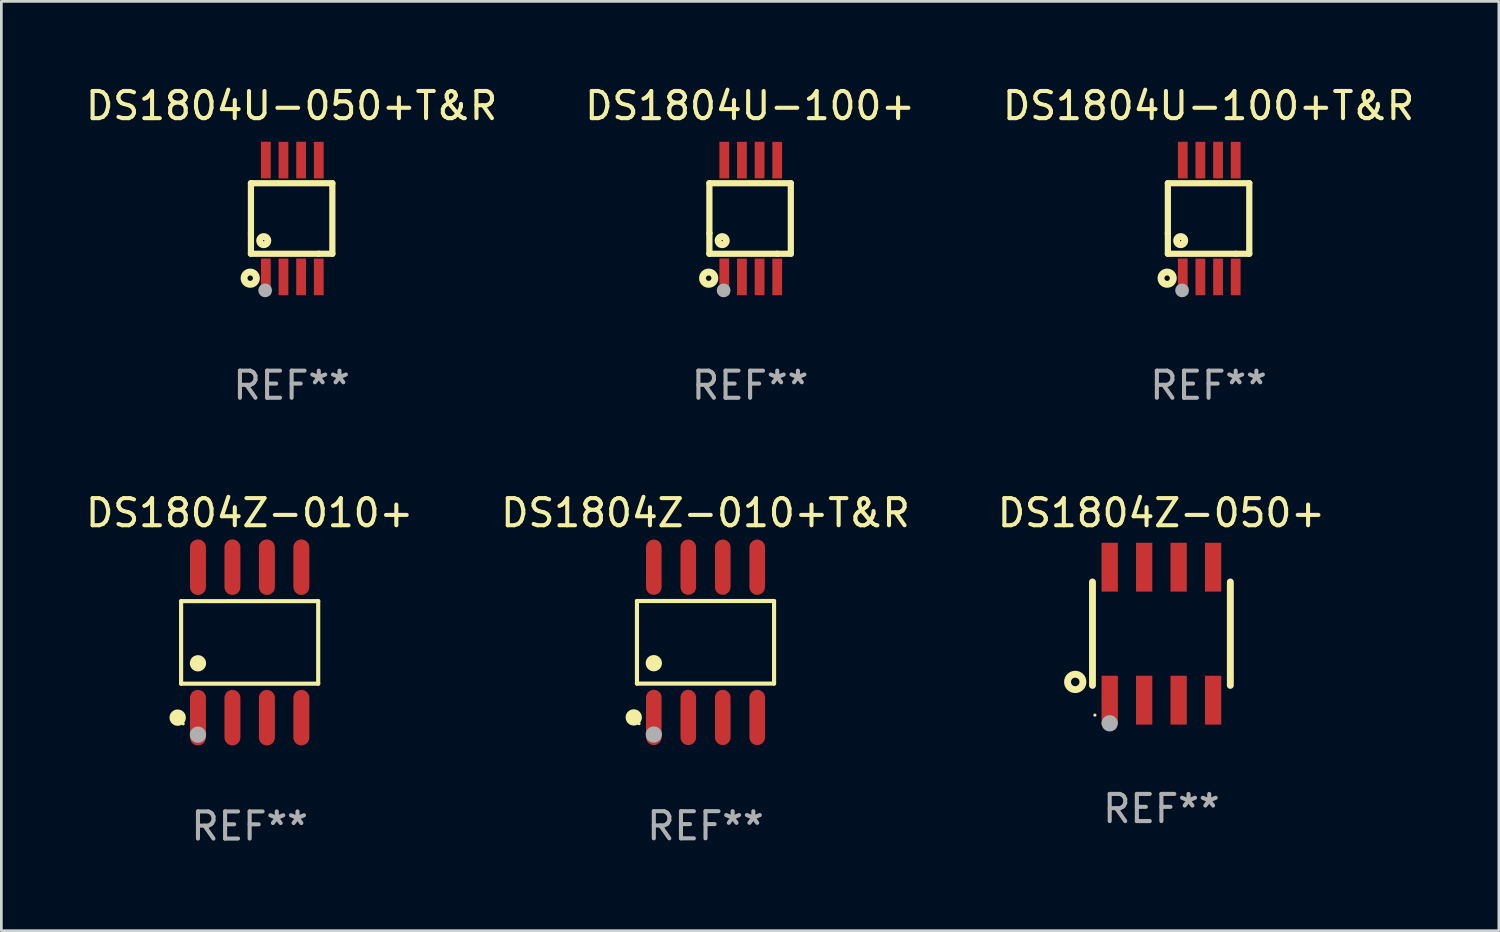
<source format=kicad_pcb>
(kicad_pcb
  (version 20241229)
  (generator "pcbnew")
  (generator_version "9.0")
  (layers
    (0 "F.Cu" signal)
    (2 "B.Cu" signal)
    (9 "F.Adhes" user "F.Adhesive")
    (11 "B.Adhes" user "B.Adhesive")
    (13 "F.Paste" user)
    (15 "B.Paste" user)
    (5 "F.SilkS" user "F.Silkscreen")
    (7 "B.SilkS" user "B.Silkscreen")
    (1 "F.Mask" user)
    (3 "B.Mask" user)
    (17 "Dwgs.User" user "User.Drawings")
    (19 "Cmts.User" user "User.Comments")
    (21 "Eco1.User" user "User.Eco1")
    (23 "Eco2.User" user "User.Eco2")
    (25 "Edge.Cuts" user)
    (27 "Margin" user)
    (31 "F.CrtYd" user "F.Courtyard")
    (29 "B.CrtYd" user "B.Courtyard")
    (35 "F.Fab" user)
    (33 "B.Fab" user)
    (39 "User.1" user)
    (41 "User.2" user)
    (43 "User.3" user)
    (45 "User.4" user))
  (footprint "DS1804Z-050+"
    (layer "F.Cu")
    (at 39.744 20.299)
    (property "Reference" "DS1804Z-050+" (at 0 -4.45 0) (layer "F.SilkS") (effects (font (size 1 1) (thickness 0.15))))
    (attr through_hole)
    (fp_line (start -2.54 -1.905) (end -2.54 1.905) (stroke (width 0.254) (type solid)) (layer "F.SilkS"))
    (fp_line (start 2.54 -1.905) (end 2.54 1.905) (stroke (width 0.254) (type solid)) (layer "F.SilkS"))
    (fp_circle (center -3.175 1.778) (end -2.891 1.778) (stroke (width 0.254) (type solid)) (fill no) (layer "F.SilkS"))
    (fp_circle (center -2.45 3) (end -2.42 3) (stroke (width 0.06) (type solid)) (fill no) (layer "F.SilkS"))
    (fp_circle (center -1.905 3.302) (end -1.755 3.302) (stroke (width 0.3) (type solid)) (fill no) (layer "F.Fab"))
    (fp_text user "REF**" (at 0 6.45 0) (layer "F.Fab") (effects (font (size 1 1) (thickness 0.15))))
    (pad "1" smd rect (at -1.905 2.45) (size 0.6 1.8) (layers "F.Cu" "F.Mask" "F.Paste"))
    (pad "2" smd rect (at -0.635 2.45) (size 0.6 1.8) (layers "F.Cu" "F.Mask" "F.Paste"))
    (pad "3" smd rect (at 0.635 2.45) (size 0.6 1.8) (layers "F.Cu" "F.Mask" "F.Paste"))
    (pad "4" smd rect (at 1.905 2.45) (size 0.6 1.8) (layers "F.Cu" "F.Mask" "F.Paste"))
    (pad "5" smd rect (at 1.905 -2.45 180) (size 0.6 1.8) (layers "F.Cu" "F.Mask" "F.Paste"))
    (pad "6" smd rect (at 0.635 -2.45 180) (size 0.6 1.8) (layers "F.Cu" "F.Mask" "F.Paste"))
    (pad "7" smd rect (at -0.635 -2.45 180) (size 0.6 1.8) (layers "F.Cu" "F.Mask" "F.Paste"))
    (pad "8" smd rect (at -1.905 -2.45 180) (size 0.6 1.8) (layers "F.Cu" "F.Mask" "F.Paste")))
  (footprint "DS1804U-050+T&R"
    (layer "F.Cu")
    (at 7.696 5)
    (property "Reference" "DS1804U-050+T&R" (at 0 -4.152 0) (layer "F.SilkS") (effects (font (size 1 1) (thickness 0.15))))
    (attr through_hole)
    (fp_line (start -1.5 1.301) (end 1 1.301) (stroke (width 0.229) (type solid)) (layer "F.SilkS"))
    (fp_line (start -1.5 -1.299) (end -1.5 0.551) (stroke (width 0.229) (type solid)) (layer "F.SilkS"))
    (fp_line (start -1.5 0.551) (end -1.5 1.301) (stroke (width 0.229) (type solid)) (layer "F.SilkS"))
    (fp_line (start 1 1.301) (end 1.5 1.301) (stroke (width 0.229) (type solid)) (layer "F.SilkS"))
    (fp_line (start 1.5 1.301) (end 1.5 -1.299) (stroke (width 0.229) (type solid)) (layer "F.SilkS"))
    (fp_line (start 1.5 -1.299) (end -1.5 -1.299) (stroke (width 0.229) (type solid)) (layer "F.SilkS"))
    (fp_circle (center -1.526 2.2) (end -1.426 2.2) (stroke (width 0.254) (type solid)) (fill no) (layer "F.SilkS"))
    (fp_circle (center -1.476 2.45) (end -1.446 2.45) (stroke (width 0.06) (type solid)) (fill no) (layer "F.SilkS"))
    (fp_circle (center -1.028 0.817) (end -0.878 0.817) (stroke (width 0.254) (type solid)) (fill no) (layer "F.SilkS"))
    (fp_circle (center -0.976 2.65) (end -0.849 2.65) (stroke (width 0.254) (type solid)) (fill no) (layer "F.Fab"))
    (fp_text user "REF**" (at 0 6.152 0) (layer "F.Fab") (effects (font (size 1 1) (thickness 0.15))))
    (pad "1" smd rect (at -0.951 2.15) (size 0.36 1.35) (layers "F.Cu" "F.Mask" "F.Paste"))
    (pad "2" smd rect (at -0.301 2.152) (size 0.36 1.35) (layers "F.Cu" "F.Mask" "F.Paste"))
    (pad "3" smd rect (at 0.349 2.151) (size 0.36 1.35) (layers "F.Cu" "F.Mask" "F.Paste"))
    (pad "4" smd rect (at 0.999 2.152) (size 0.36 1.35) (layers "F.Cu" "F.Mask" "F.Paste"))
    (pad "5" smd rect (at 0.999 -2.149) (size 0.36 1.35) (layers "F.Cu" "F.Mask" "F.Paste"))
    (pad "6" smd rect (at 0.349 -2.152) (size 0.36 1.35) (layers "F.Cu" "F.Mask" "F.Paste"))
    (pad "7" smd rect (at -0.301 -2.149) (size 0.36 1.35) (layers "F.Cu" "F.Mask" "F.Paste"))
    (pad "8" smd rect (at -0.951 -2.152) (size 0.36 1.35) (layers "F.Cu" "F.Mask" "F.Paste")))
  (footprint "DS1804Z-010+"
    (layer "F.Cu")
    (at 6.149 20.621)
    (property "Reference" "DS1804Z-010+" (at 0 -4.772 0) (layer "F.SilkS") (effects (font (size 1 1) (thickness 0.15))))
    (attr through_hole)
    (fp_line (start -2.526 -1.521) (end 2.526 -1.521) (stroke (width 0.152) (type solid)) (layer "F.SilkS"))
    (fp_line (start -2.526 1.521) (end -2.526 -1.521) (stroke (width 0.152) (type solid)) (layer "F.SilkS"))
    (fp_line (start 2.526 -1.521) (end 2.526 1.521) (stroke (width 0.152) (type solid)) (layer "F.SilkS"))
    (fp_line (start 2.526 1.521) (end -2.526 1.521) (stroke (width 0.152) (type solid)) (layer "F.SilkS"))
    (fp_circle (center -2.652 2.772) (end -2.501 2.772) (stroke (width 0.3) (type solid)) (fill no) (layer "F.SilkS"))
    (fp_circle (center -2.45 3) (end -2.42 3) (stroke (width 0.06) (type solid)) (fill no) (layer "F.SilkS"))
    (fp_circle (center -1.905 0.769) (end -1.755 0.769) (stroke (width 0.3) (type solid)) (fill no) (layer "F.SilkS"))
    (fp_circle (center -1.905 3.4) (end -1.755 3.4) (stroke (width 0.3) (type solid)) (fill no) (layer "F.Fab"))
    (fp_text user "REF**" (at 0 6.772 0) (layer "F.Fab") (effects (font (size 1 1) (thickness 0.15))))
    (pad "1" smd oval (at -1.905 2.772) (size 0.588 2.045) (layers "F.Cu" "F.Mask" "F.Paste"))
    (pad "2" smd oval (at -0.635 2.772) (size 0.588 2.045) (layers "F.Cu" "F.Mask" "F.Paste"))
    (pad "3" smd oval (at 0.635 2.772) (size 0.588 2.045) (layers "F.Cu" "F.Mask" "F.Paste"))
    (pad "4" smd oval (at 1.905 2.772) (size 0.588 2.045) (layers "F.Cu" "F.Mask" "F.Paste"))
    (pad "5" smd oval (at 1.905 -2.772) (size 0.588 2.045) (layers "F.Cu" "F.Mask" "F.Paste"))
    (pad "6" smd oval (at 0.635 -2.772) (size 0.588 2.045) (layers "F.Cu" "F.Mask" "F.Paste"))
    (pad "7" smd oval (at -0.635 -2.772) (size 0.588 2.045) (layers "F.Cu" "F.Mask" "F.Paste"))
    (pad "8" smd oval (at -1.905 -2.772) (size 0.588 2.045) (layers "F.Cu" "F.Mask" "F.Paste")))
  (footprint "DS1804U-100+T&R"
    (layer "F.Cu")
    (at 41.482 5)
    (property "Reference" "DS1804U-100+T&R" (at 0 -4.152 0) (layer "F.SilkS") (effects (font (size 1 1) (thickness 0.15))))
    (attr through_hole)
    (fp_line (start -1.5 1.301) (end 1 1.301) (stroke (width 0.229) (type solid)) (layer "F.SilkS"))
    (fp_line (start -1.5 -1.299) (end -1.5 0.551) (stroke (width 0.229) (type solid)) (layer "F.SilkS"))
    (fp_line (start -1.5 0.551) (end -1.5 1.301) (stroke (width 0.229) (type solid)) (layer "F.SilkS"))
    (fp_line (start 1 1.301) (end 1.5 1.301) (stroke (width 0.229) (type solid)) (layer "F.SilkS"))
    (fp_line (start 1.5 1.301) (end 1.5 -1.299) (stroke (width 0.229) (type solid)) (layer "F.SilkS"))
    (fp_line (start 1.5 -1.299) (end -1.5 -1.299) (stroke (width 0.229) (type solid)) (layer "F.SilkS"))
    (fp_circle (center -1.526 2.2) (end -1.426 2.2) (stroke (width 0.254) (type solid)) (fill no) (layer "F.SilkS"))
    (fp_circle (center -1.476 2.45) (end -1.446 2.45) (stroke (width 0.06) (type solid)) (fill no) (layer "F.SilkS"))
    (fp_circle (center -1.028 0.817) (end -0.878 0.817) (stroke (width 0.254) (type solid)) (fill no) (layer "F.SilkS"))
    (fp_circle (center -0.976 2.65) (end -0.849 2.65) (stroke (width 0.254) (type solid)) (fill no) (layer "F.Fab"))
    (fp_text user "REF**" (at 0 6.152 0) (layer "F.Fab") (effects (font (size 1 1) (thickness 0.15))))
    (pad "1" smd rect (at -0.951 2.15) (size 0.36 1.35) (layers "F.Cu" "F.Mask" "F.Paste"))
    (pad "2" smd rect (at -0.301 2.152) (size 0.36 1.35) (layers "F.Cu" "F.Mask" "F.Paste"))
    (pad "3" smd rect (at 0.349 2.151) (size 0.36 1.35) (layers "F.Cu" "F.Mask" "F.Paste"))
    (pad "4" smd rect (at 0.999 2.152) (size 0.36 1.35) (layers "F.Cu" "F.Mask" "F.Paste"))
    (pad "5" smd rect (at 0.999 -2.149) (size 0.36 1.35) (layers "F.Cu" "F.Mask" "F.Paste"))
    (pad "6" smd rect (at 0.349 -2.152) (size 0.36 1.35) (layers "F.Cu" "F.Mask" "F.Paste"))
    (pad "7" smd rect (at -0.301 -2.149) (size 0.36 1.35) (layers "F.Cu" "F.Mask" "F.Paste"))
    (pad "8" smd rect (at -0.951 -2.152) (size 0.36 1.35) (layers "F.Cu" "F.Mask" "F.Paste")))
  (footprint "DS1804Z-010+T&R"
    (layer "F.Cu")
    (at 22.946 20.617)
    (property "Reference" "DS1804Z-010+T&R" (at 0 -4.768 0) (layer "F.SilkS") (effects (font (size 1 1) (thickness 0.15))))
    (attr through_hole)
    (fp_line (start -2.526 -1.521) (end 2.526 -1.521) (stroke (width 0.152) (type solid)) (layer "F.SilkS"))
    (fp_line (start -2.526 1.521) (end -2.526 -1.521) (stroke (width 0.152) (type solid)) (layer "F.SilkS"))
    (fp_line (start 2.526 -1.521) (end 2.526 1.521) (stroke (width 0.152) (type solid)) (layer "F.SilkS"))
    (fp_line (start 2.526 1.521) (end -2.526 1.521) (stroke (width 0.152) (type solid)) (layer "F.SilkS"))
    (fp_circle (center -2.644 2.768) (end -2.494 2.768) (stroke (width 0.3) (type solid)) (fill no) (layer "F.SilkS"))
    (fp_circle (center -2.45 2.998) (end -2.42 2.998) (stroke (width 0.06) (type solid)) (fill no) (layer "F.SilkS"))
    (fp_circle (center -1.905 0.769) (end -1.755 0.769) (stroke (width 0.3) (type solid)) (fill no) (layer "F.SilkS"))
    (fp_circle (center -1.905 3.398) (end -1.755 3.398) (stroke (width 0.3) (type solid)) (fill no) (layer "F.Fab"))
    (fp_text user "REF**" (at 0 6.768 0) (layer "F.Fab") (effects (font (size 1 1) (thickness 0.15))))
    (pad "1" smd oval (at -1.905 2.768) (size 0.574 2.036) (layers "F.Cu" "F.Mask" "F.Paste"))
    (pad "2" smd oval (at -0.635 2.768) (size 0.574 2.036) (layers "F.Cu" "F.Mask" "F.Paste"))
    (pad "3" smd oval (at 0.635 2.768) (size 0.574 2.036) (layers "F.Cu" "F.Mask" "F.Paste"))
    (pad "4" smd oval (at 1.905 2.768) (size 0.574 2.036) (layers "F.Cu" "F.Mask" "F.Paste"))
    (pad "5" smd oval (at 1.905 -2.768) (size 0.574 2.036) (layers "F.Cu" "F.Mask" "F.Paste"))
    (pad "6" smd oval (at 0.635 -2.768) (size 0.574 2.036) (layers "F.Cu" "F.Mask" "F.Paste"))
    (pad "7" smd oval (at -0.635 -2.768) (size 0.574 2.036) (layers "F.Cu" "F.Mask" "F.Paste"))
    (pad "8" smd oval (at -1.905 -2.768) (size 0.574 2.036) (layers "F.Cu" "F.Mask" "F.Paste")))
  (footprint "DS1804U-100+"
    (layer "F.Cu")
    (at 24.589 5)
    (property "Reference" "DS1804U-100+" (at 0 -4.152 0) (layer "F.SilkS") (effects (font (size 1 1) (thickness 0.15))))
    (attr through_hole)
    (fp_line (start -1.5 1.301) (end 1 1.301) (stroke (width 0.229) (type solid)) (layer "F.SilkS"))
    (fp_line (start -1.5 -1.299) (end -1.5 0.551) (stroke (width 0.229) (type solid)) (layer "F.SilkS"))
    (fp_line (start -1.5 0.551) (end -1.5 1.301) (stroke (width 0.229) (type solid)) (layer "F.SilkS"))
    (fp_line (start 1 1.301) (end 1.5 1.301) (stroke (width 0.229) (type solid)) (layer "F.SilkS"))
    (fp_line (start 1.5 1.301) (end 1.5 -1.299) (stroke (width 0.229) (type solid)) (layer "F.SilkS"))
    (fp_line (start 1.5 -1.299) (end -1.5 -1.299) (stroke (width 0.229) (type solid)) (layer "F.SilkS"))
    (fp_circle (center -1.526 2.2) (end -1.426 2.2) (stroke (width 0.254) (type solid)) (fill no) (layer "F.SilkS"))
    (fp_circle (center -1.476 2.45) (end -1.446 2.45) (stroke (width 0.06) (type solid)) (fill no) (layer "F.SilkS"))
    (fp_circle (center -1.028 0.817) (end -0.878 0.817) (stroke (width 0.254) (type solid)) (fill no) (layer "F.SilkS"))
    (fp_circle (center -0.976 2.65) (end -0.849 2.65) (stroke (width 0.254) (type solid)) (fill no) (layer "F.Fab"))
    (fp_text user "REF**" (at 0 6.152 0) (layer "F.Fab") (effects (font (size 1 1) (thickness 0.15))))
    (pad "1" smd rect (at -0.951 2.15) (size 0.36 1.35) (layers "F.Cu" "F.Mask" "F.Paste"))
    (pad "2" smd rect (at -0.301 2.152) (size 0.36 1.35) (layers "F.Cu" "F.Mask" "F.Paste"))
    (pad "3" smd rect (at 0.349 2.151) (size 0.36 1.35) (layers "F.Cu" "F.Mask" "F.Paste"))
    (pad "4" smd rect (at 0.999 2.152) (size 0.36 1.35) (layers "F.Cu" "F.Mask" "F.Paste"))
    (pad "5" smd rect (at 0.999 -2.149) (size 0.36 1.35) (layers "F.Cu" "F.Mask" "F.Paste"))
    (pad "6" smd rect (at 0.349 -2.152) (size 0.36 1.35) (layers "F.Cu" "F.Mask" "F.Paste"))
    (pad "7" smd rect (at -0.301 -2.149) (size 0.36 1.35) (layers "F.Cu" "F.Mask" "F.Paste"))
    (pad "8" smd rect (at -0.951 -2.152) (size 0.36 1.35) (layers "F.Cu" "F.Mask" "F.Paste")))
  (gr_rect
    (start -3 -3)
    (end 52.179 31.242)
    (stroke (width 0.1) (type default))
    (fill no)
    (layer "Edge.Cuts")))
</source>
